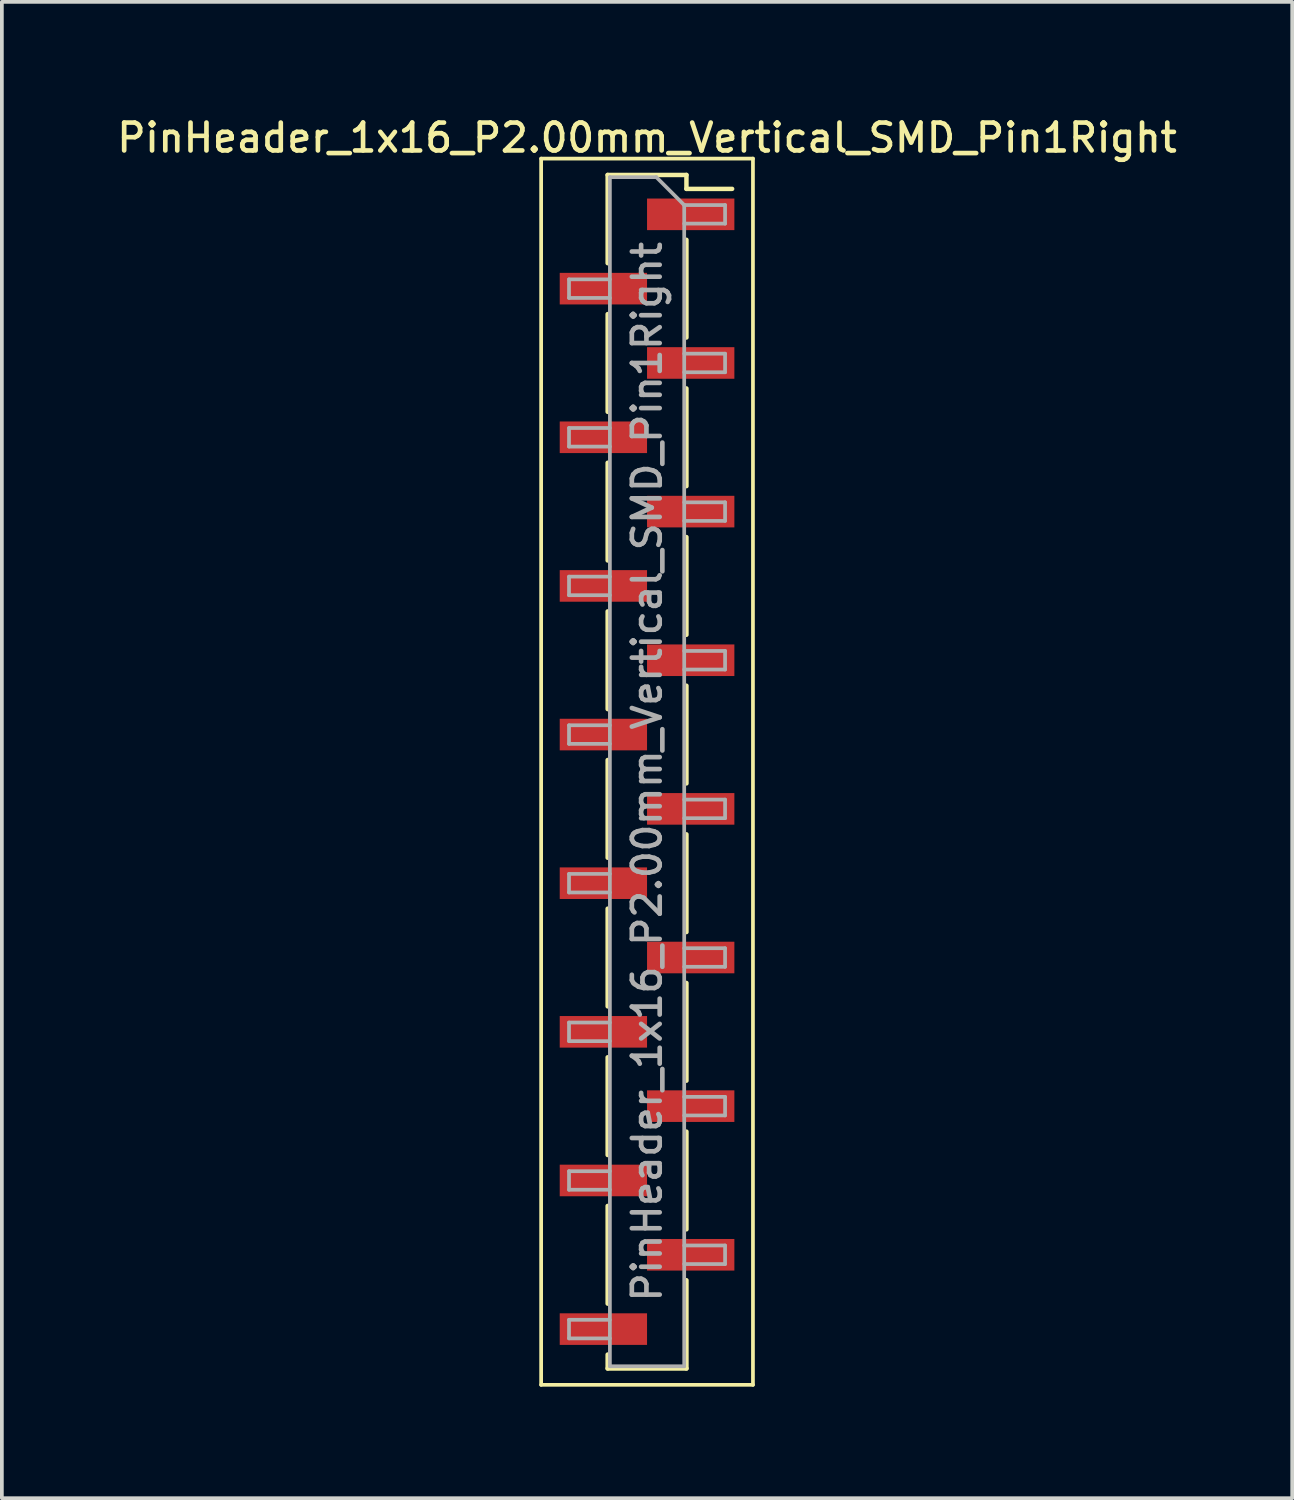
<source format=kicad_pcb>
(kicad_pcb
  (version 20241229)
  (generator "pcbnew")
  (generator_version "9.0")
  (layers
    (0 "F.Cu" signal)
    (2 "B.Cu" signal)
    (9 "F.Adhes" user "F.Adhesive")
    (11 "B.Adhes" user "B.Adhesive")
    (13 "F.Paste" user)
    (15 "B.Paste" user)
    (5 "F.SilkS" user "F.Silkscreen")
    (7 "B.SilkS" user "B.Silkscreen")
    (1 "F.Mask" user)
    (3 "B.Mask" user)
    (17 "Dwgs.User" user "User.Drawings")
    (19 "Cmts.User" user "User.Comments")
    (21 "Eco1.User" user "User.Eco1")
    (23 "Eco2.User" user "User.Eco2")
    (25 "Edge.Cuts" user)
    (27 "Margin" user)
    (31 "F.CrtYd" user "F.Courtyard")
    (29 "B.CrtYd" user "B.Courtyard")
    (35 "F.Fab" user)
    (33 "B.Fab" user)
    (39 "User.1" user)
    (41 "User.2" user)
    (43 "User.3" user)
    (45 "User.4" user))
  (footprint "PinHeader_1x16_P2.00mm_Vertical_SMD_Pin1Right"
    (layer "F.Cu")
    (at 14.363 17.718)
    (property "Reference" "PinHeader_1x16_P2.00mm_Vertical_SMD_Pin1Right" (at 0 -17.06 0) (layer "F.SilkS") (effects (font (size 0.75 0.75) (thickness 0.125))))
    (attr smd)
    (fp_line (start -2.85 -16.5) (end -2.85 16.5) (stroke (width 0.1) (type solid)) (layer "F.SilkS"))
    (fp_line (start -2.85 16.5) (end 2.85 16.5) (stroke (width 0.1) (type solid)) (layer "F.SilkS"))
    (fp_line (start -1.06 -16.06) (end -1.06 -13.685) (stroke (width 0.12) (type solid)) (layer "F.SilkS"))
    (fp_line (start -1.06 -16.06) (end 1.06 -16.06) (stroke (width 0.12) (type solid)) (layer "F.SilkS"))
    (fp_line (start -1.06 -12.315) (end -1.06 -9.685) (stroke (width 0.12) (type solid)) (layer "F.SilkS"))
    (fp_line (start -1.06 -8.315) (end -1.06 -5.685) (stroke (width 0.12) (type solid)) (layer "F.SilkS"))
    (fp_line (start -1.06 -4.315) (end -1.06 -1.685) (stroke (width 0.12) (type solid)) (layer "F.SilkS"))
    (fp_line (start -1.06 -0.315) (end -1.06 2.315) (stroke (width 0.12) (type solid)) (layer "F.SilkS"))
    (fp_line (start -1.06 3.685) (end -1.06 6.315) (stroke (width 0.12) (type solid)) (layer "F.SilkS"))
    (fp_line (start -1.06 7.685) (end -1.06 10.315) (stroke (width 0.12) (type solid)) (layer "F.SilkS"))
    (fp_line (start -1.06 11.685) (end -1.06 14.315) (stroke (width 0.12) (type solid)) (layer "F.SilkS"))
    (fp_line (start -1.06 15.685) (end -1.06 16.06) (stroke (width 0.12) (type solid)) (layer "F.SilkS"))
    (fp_line (start -1.06 16.06) (end 1.06 16.06) (stroke (width 0.12) (type solid)) (layer "F.SilkS"))
    (fp_line (start 1.06 -16.06) (end 1.06 -15.685) (stroke (width 0.12) (type solid)) (layer "F.SilkS"))
    (fp_line (start 1.06 -15.685) (end 2.29 -15.685) (stroke (width 0.12) (type solid)) (layer "F.SilkS"))
    (fp_line (start 1.06 -14.315) (end 1.06 -11.685) (stroke (width 0.12) (type solid)) (layer "F.SilkS"))
    (fp_line (start 1.06 -10.315) (end 1.06 -7.685) (stroke (width 0.12) (type solid)) (layer "F.SilkS"))
    (fp_line (start 1.06 -6.315) (end 1.06 -3.685) (stroke (width 0.12) (type solid)) (layer "F.SilkS"))
    (fp_line (start 1.06 -2.315) (end 1.06 0.315) (stroke (width 0.12) (type solid)) (layer "F.SilkS"))
    (fp_line (start 1.06 1.685) (end 1.06 4.315) (stroke (width 0.12) (type solid)) (layer "F.SilkS"))
    (fp_line (start 1.06 5.685) (end 1.06 8.315) (stroke (width 0.12) (type solid)) (layer "F.SilkS"))
    (fp_line (start 1.06 9.685) (end 1.06 12.315) (stroke (width 0.12) (type solid)) (layer "F.SilkS"))
    (fp_line (start 1.06 13.685) (end 1.06 16.06) (stroke (width 0.12) (type solid)) (layer "F.SilkS"))
    (fp_line (start 2.85 -16.5) (end -2.85 -16.5) (stroke (width 0.1) (type solid)) (layer "F.SilkS"))
    (fp_line (start 2.85 16.5) (end 2.85 -16.5) (stroke (width 0.1) (type solid)) (layer "F.SilkS"))
    (fp_line (start -2.1 -13.25) (end -2.1 -12.75) (stroke (width 0.1) (type solid)) (layer "F.Fab"))
    (fp_line (start -2.1 -12.75) (end -1 -12.75) (stroke (width 0.1) (type solid)) (layer "F.Fab"))
    (fp_line (start -2.1 -9.25) (end -2.1 -8.75) (stroke (width 0.1) (type solid)) (layer "F.Fab"))
    (fp_line (start -2.1 -8.75) (end -1 -8.75) (stroke (width 0.1) (type solid)) (layer "F.Fab"))
    (fp_line (start -2.1 -5.25) (end -2.1 -4.75) (stroke (width 0.1) (type solid)) (layer "F.Fab"))
    (fp_line (start -2.1 -4.75) (end -1 -4.75) (stroke (width 0.1) (type solid)) (layer "F.Fab"))
    (fp_line (start -2.1 -1.25) (end -2.1 -0.75) (stroke (width 0.1) (type solid)) (layer "F.Fab"))
    (fp_line (start -2.1 -0.75) (end -1 -0.75) (stroke (width 0.1) (type solid)) (layer "F.Fab"))
    (fp_line (start -2.1 2.75) (end -2.1 3.25) (stroke (width 0.1) (type solid)) (layer "F.Fab"))
    (fp_line (start -2.1 3.25) (end -1 3.25) (stroke (width 0.1) (type solid)) (layer "F.Fab"))
    (fp_line (start -2.1 6.75) (end -2.1 7.25) (stroke (width 0.1) (type solid)) (layer "F.Fab"))
    (fp_line (start -2.1 7.25) (end -1 7.25) (stroke (width 0.1) (type solid)) (layer "F.Fab"))
    (fp_line (start -2.1 10.75) (end -2.1 11.25) (stroke (width 0.1) (type solid)) (layer "F.Fab"))
    (fp_line (start -2.1 11.25) (end -1 11.25) (stroke (width 0.1) (type solid)) (layer "F.Fab"))
    (fp_line (start -2.1 14.75) (end -2.1 15.25) (stroke (width 0.1) (type solid)) (layer "F.Fab"))
    (fp_line (start -2.1 15.25) (end -1 15.25) (stroke (width 0.1) (type solid)) (layer "F.Fab"))
    (fp_line (start -1 -16) (end -1 16) (stroke (width 0.1) (type solid)) (layer "F.Fab"))
    (fp_line (start -1 -16) (end 0.25 -16) (stroke (width 0.1) (type solid)) (layer "F.Fab"))
    (fp_line (start -1 -13.25) (end -2.1 -13.25) (stroke (width 0.1) (type solid)) (layer "F.Fab"))
    (fp_line (start -1 -9.25) (end -2.1 -9.25) (stroke (width 0.1) (type solid)) (layer "F.Fab"))
    (fp_line (start -1 -5.25) (end -2.1 -5.25) (stroke (width 0.1) (type solid)) (layer "F.Fab"))
    (fp_line (start -1 -1.25) (end -2.1 -1.25) (stroke (width 0.1) (type solid)) (layer "F.Fab"))
    (fp_line (start -1 2.75) (end -2.1 2.75) (stroke (width 0.1) (type solid)) (layer "F.Fab"))
    (fp_line (start -1 6.75) (end -2.1 6.75) (stroke (width 0.1) (type solid)) (layer "F.Fab"))
    (fp_line (start -1 10.75) (end -2.1 10.75) (stroke (width 0.1) (type solid)) (layer "F.Fab"))
    (fp_line (start -1 14.75) (end -2.1 14.75) (stroke (width 0.1) (type solid)) (layer "F.Fab"))
    (fp_line (start 1 -15.25) (end 0.25 -16) (stroke (width 0.1) (type solid)) (layer "F.Fab"))
    (fp_line (start 1 -15.25) (end 2.1 -15.25) (stroke (width 0.1) (type solid)) (layer "F.Fab"))
    (fp_line (start 1 -11.25) (end 2.1 -11.25) (stroke (width 0.1) (type solid)) (layer "F.Fab"))
    (fp_line (start 1 -7.25) (end 2.1 -7.25) (stroke (width 0.1) (type solid)) (layer "F.Fab"))
    (fp_line (start 1 -3.25) (end 2.1 -3.25) (stroke (width 0.1) (type solid)) (layer "F.Fab"))
    (fp_line (start 1 0.75) (end 2.1 0.75) (stroke (width 0.1) (type solid)) (layer "F.Fab"))
    (fp_line (start 1 4.75) (end 2.1 4.75) (stroke (width 0.1) (type solid)) (layer "F.Fab"))
    (fp_line (start 1 8.75) (end 2.1 8.75) (stroke (width 0.1) (type solid)) (layer "F.Fab"))
    (fp_line (start 1 12.75) (end 2.1 12.75) (stroke (width 0.1) (type solid)) (layer "F.Fab"))
    (fp_line (start 1 16) (end -1 16) (stroke (width 0.1) (type solid)) (layer "F.Fab"))
    (fp_line (start 1 16) (end 1 -15.25) (stroke (width 0.1) (type solid)) (layer "F.Fab"))
    (fp_line (start 2.1 -15.25) (end 2.1 -14.75) (stroke (width 0.1) (type solid)) (layer "F.Fab"))
    (fp_line (start 2.1 -14.75) (end 1 -14.75) (stroke (width 0.1) (type solid)) (layer "F.Fab"))
    (fp_line (start 2.1 -11.25) (end 2.1 -10.75) (stroke (width 0.1) (type solid)) (layer "F.Fab"))
    (fp_line (start 2.1 -10.75) (end 1 -10.75) (stroke (width 0.1) (type solid)) (layer "F.Fab"))
    (fp_line (start 2.1 -7.25) (end 2.1 -6.75) (stroke (width 0.1) (type solid)) (layer "F.Fab"))
    (fp_line (start 2.1 -6.75) (end 1 -6.75) (stroke (width 0.1) (type solid)) (layer "F.Fab"))
    (fp_line (start 2.1 -3.25) (end 2.1 -2.75) (stroke (width 0.1) (type solid)) (layer "F.Fab"))
    (fp_line (start 2.1 -2.75) (end 1 -2.75) (stroke (width 0.1) (type solid)) (layer "F.Fab"))
    (fp_line (start 2.1 0.75) (end 2.1 1.25) (stroke (width 0.1) (type solid)) (layer "F.Fab"))
    (fp_line (start 2.1 1.25) (end 1 1.25) (stroke (width 0.1) (type solid)) (layer "F.Fab"))
    (fp_line (start 2.1 4.75) (end 2.1 5.25) (stroke (width 0.1) (type solid)) (layer "F.Fab"))
    (fp_line (start 2.1 5.25) (end 1 5.25) (stroke (width 0.1) (type solid)) (layer "F.Fab"))
    (fp_line (start 2.1 8.75) (end 2.1 9.25) (stroke (width 0.1) (type solid)) (layer "F.Fab"))
    (fp_line (start 2.1 9.25) (end 1 9.25) (stroke (width 0.1) (type solid)) (layer "F.Fab"))
    (fp_line (start 2.1 12.75) (end 2.1 13.25) (stroke (width 0.1) (type solid)) (layer "F.Fab"))
    (fp_line (start 2.1 13.25) (end 1 13.25) (stroke (width 0.1) (type solid)) (layer "F.Fab"))
    (fp_text user "${REFERENCE}" (at 0 0 90) (layer "F.Fab") (effects (font (size 0.75 0.75) (thickness 0.125))))
    (pad "1" smd rect (at 1.175 -15) (size 2.35 0.85) (layers "F.Cu" "F.Mask" "F.Paste"))
    (pad "2" smd rect (at -1.175 -13) (size 2.35 0.85) (layers "F.Cu" "F.Mask" "F.Paste"))
    (pad "3" smd rect (at 1.175 -11) (size 2.35 0.85) (layers "F.Cu" "F.Mask" "F.Paste"))
    (pad "4" smd rect (at -1.175 -9) (size 2.35 0.85) (layers "F.Cu" "F.Mask" "F.Paste"))
    (pad "5" smd rect (at 1.175 -7) (size 2.35 0.85) (layers "F.Cu" "F.Mask" "F.Paste"))
    (pad "6" smd rect (at -1.175 -5) (size 2.35 0.85) (layers "F.Cu" "F.Mask" "F.Paste"))
    (pad "7" smd rect (at 1.175 -3) (size 2.35 0.85) (layers "F.Cu" "F.Mask" "F.Paste"))
    (pad "8" smd rect (at -1.175 -1) (size 2.35 0.85) (layers "F.Cu" "F.Mask" "F.Paste"))
    (pad "9" smd rect (at 1.175 1) (size 2.35 0.85) (layers "F.Cu" "F.Mask" "F.Paste"))
    (pad "10" smd rect (at -1.175 3) (size 2.35 0.85) (layers "F.Cu" "F.Mask" "F.Paste"))
    (pad "11" smd rect (at 1.175 5) (size 2.35 0.85) (layers "F.Cu" "F.Mask" "F.Paste"))
    (pad "12" smd rect (at -1.175 7) (size 2.35 0.85) (layers "F.Cu" "F.Mask" "F.Paste"))
    (pad "13" smd rect (at 1.175 9) (size 2.35 0.85) (layers "F.Cu" "F.Mask" "F.Paste"))
    (pad "14" smd rect (at -1.175 11) (size 2.35 0.85) (layers "F.Cu" "F.Mask" "F.Paste"))
    (pad "15" smd rect (at 1.175 13) (size 2.35 0.85) (layers "F.Cu" "F.Mask" "F.Paste"))
    (pad "16" smd rect (at -1.175 15) (size 2.35 0.85) (layers "F.Cu" "F.Mask" "F.Paste")))
  (gr_rect
    (start -3 -3)
    (end 31.725 37.268)
    (stroke (width 0.1) (type default))
    (fill no)
    (layer "Edge.Cuts")))
</source>
